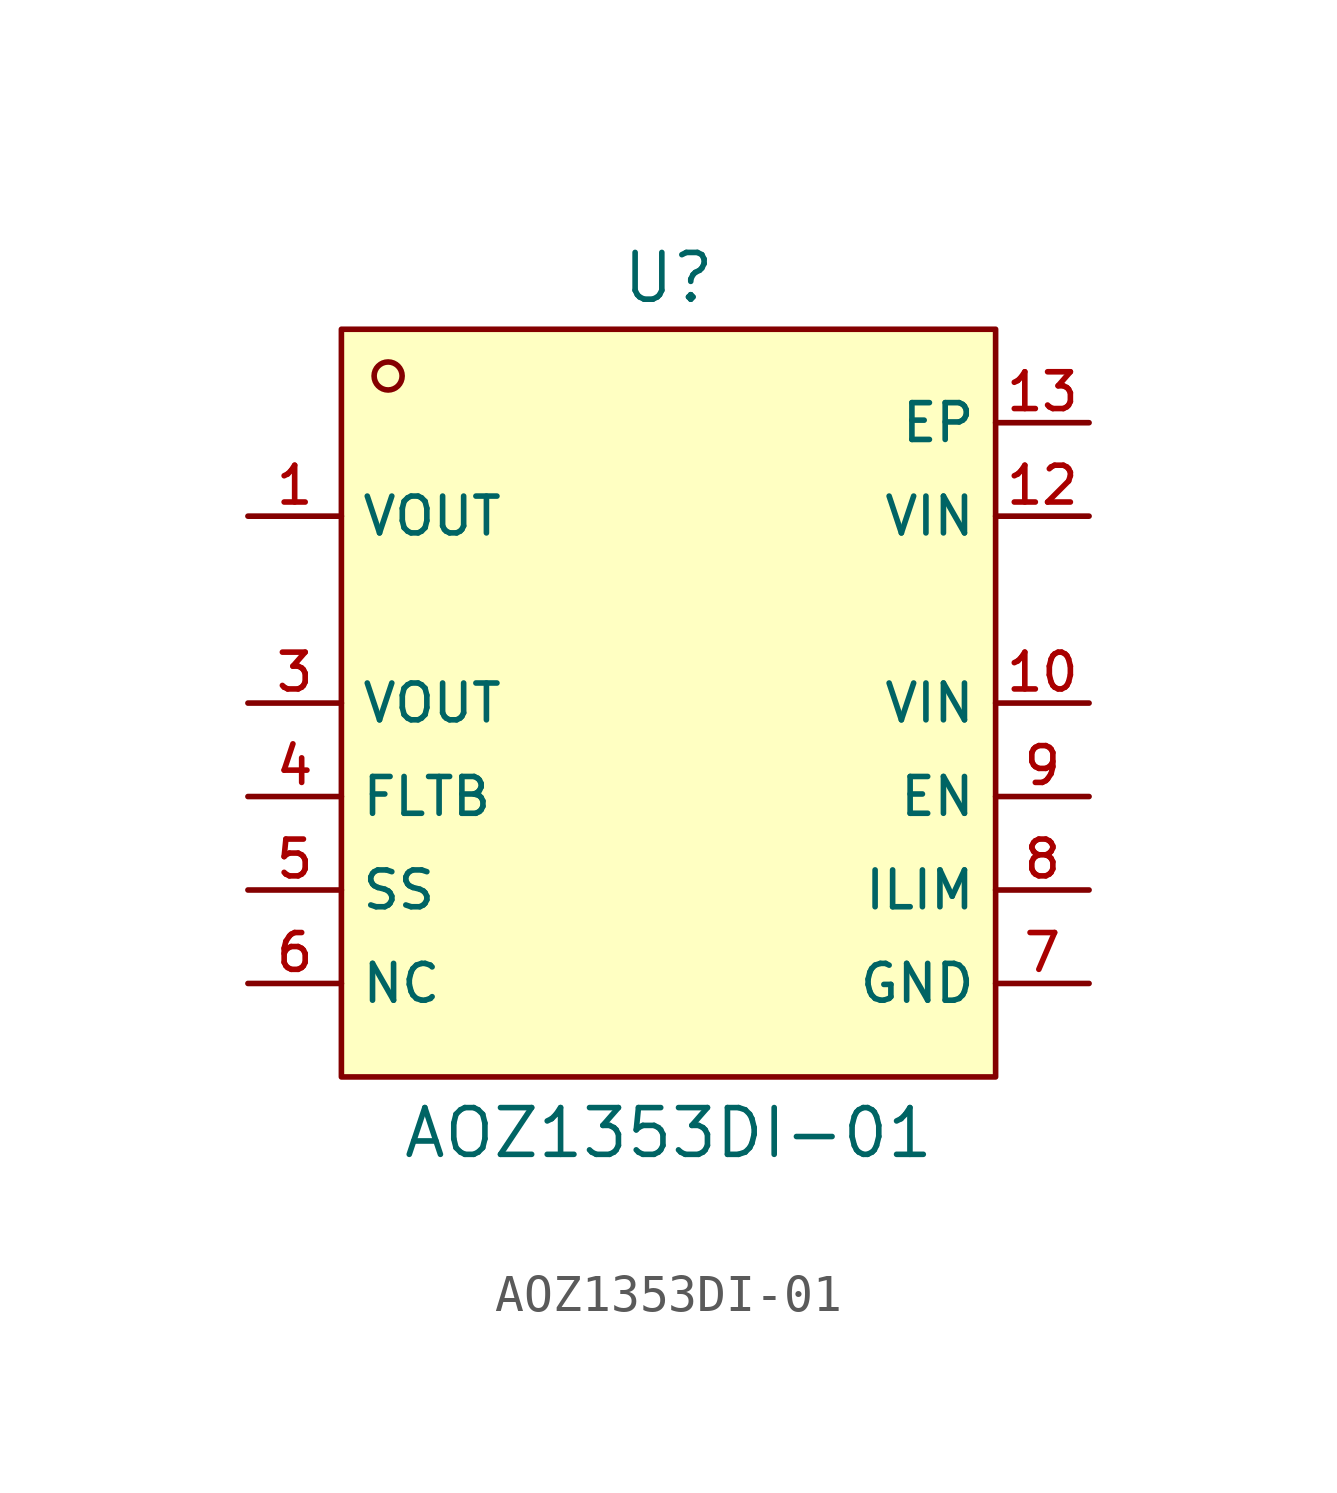
<source format=kicad_sym>
(kicad_symbol_lib
  (version 20220914)
  (generator kicad_symbol_editor)
  (symbol "AOZ1353DI-01"
    (property "Reference" "U"
      (at 0 11.557 0)
      (effects (font (size 1.27 1.27))))
    (property "Value" "AOZ1353DI-01"
      (at 0 -11.684 0)
      (effects (font (size 1.27 1.27))))
    (symbol "AOZ1353DI-01_0_1"
      (rectangle (start -8.89 10.16) (end 8.89 -10.16) (stroke (width 0) (type default)) (fill (type background)))
      (circle (center -7.62 8.89) (radius 0.381) (stroke (width 0) (type default)) (fill (type background)))
      (pin unspecified line (at -11.43 5.08 0) (length 2.54) (name "VOUT" (effects (font (size 1 1)))) (number "1" (effects (font (size 1 1)))))
      (pin unspecified line (at 11.43 0 180) (length 2.54) (name "VIN" (effects (font (size 1 1)))) (number "10" (effects (font (size 1 1)))))
      (pin unspecified line (at 11.43 5.08 180) (length 2.54) (name "VIN" (effects (font (size 1 1)))) (number "12" (effects (font (size 1 1)))))
      (pin unspecified line (at 11.43 7.62 180) (length 2.54) (name "EP" (effects (font (size 1 1)))) (number "13" (effects (font (size 1 1)))))
      (pin unspecified line (at -11.43 0 0) (length 2.54) (name "VOUT" (effects (font (size 1 1)))) (number "3" (effects (font (size 1 1)))))
      (pin unspecified line (at -11.43 -2.54 0) (length 2.54) (name "FLTB" (effects (font (size 1 1)))) (number "4" (effects (font (size 1 1)))))
      (pin unspecified line (at -11.43 -5.08 0) (length 2.54) (name "SS" (effects (font (size 1 1)))) (number "5" (effects (font (size 1 1)))))
      (pin unspecified line (at -11.43 -7.62 0) (length 2.54) (name "NC" (effects (font (size 1 1)))) (number "6" (effects (font (size 1 1)))))
      (pin unspecified line (at 11.43 -7.62 180) (length 2.54) (name "GND" (effects (font (size 1 1)))) (number "7" (effects (font (size 1 1)))))
      (pin unspecified line (at 11.43 -5.08 180) (length 2.54) (name "ILIM" (effects (font (size 1 1)))) (number "8" (effects (font (size 1 1)))))
      (pin unspecified line (at 11.43 -2.54 180) (length 2.54) (name "EN" (effects (font (size 1 1)))) (number "9" (effects (font (size 1 1))))))))
</source>
